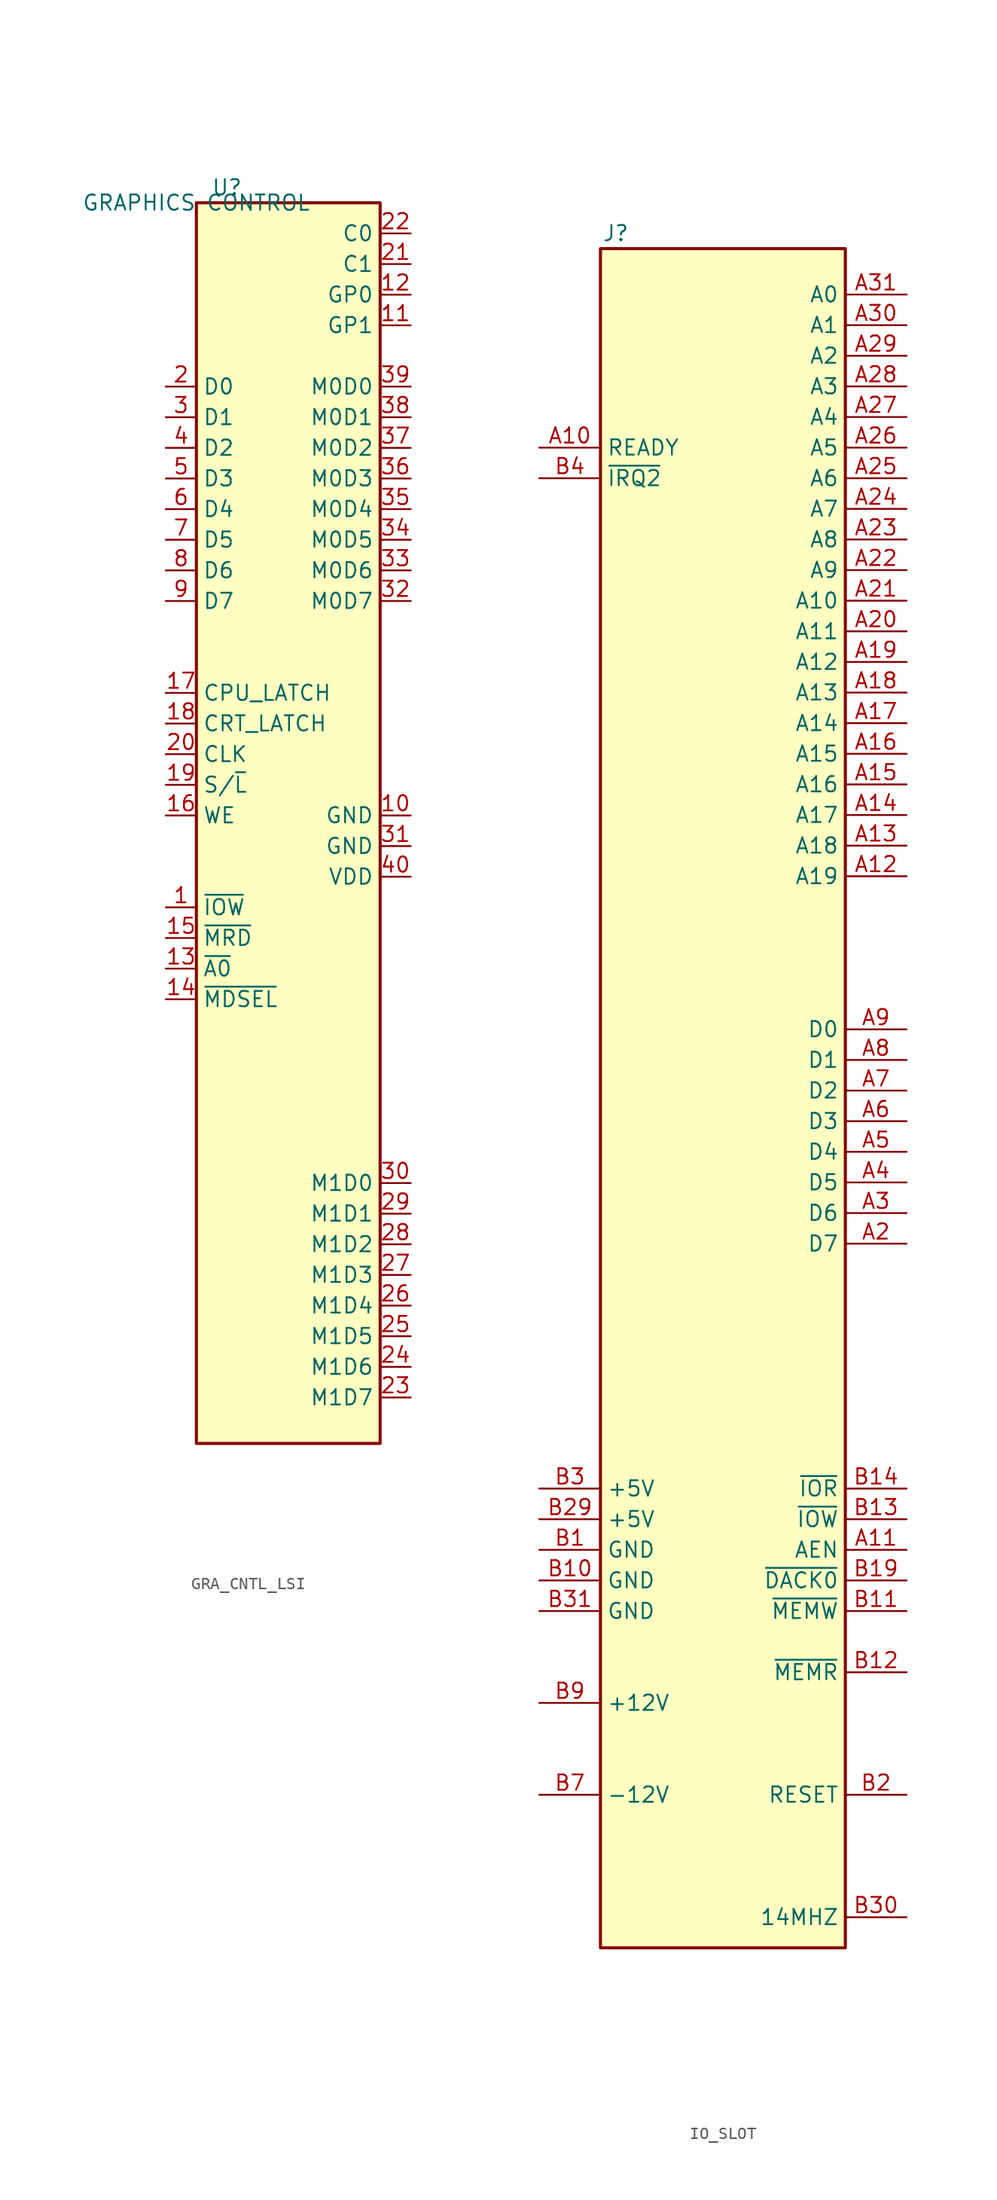
<source format=kicad_sym>
(kicad_symbol_lib
  (version 20220914)
  (generator kicad_symbol_editor)
  (symbol "GRA_CNTL_LSI"
    (property "Reference" "U"
      (at 2.54 1.27 0)
      (effects (font (size 1.27 1.27))))
    (property "Value" "GRAPHICS CONTROL"
      (at 0 0 0)
      (effects (font (size 1.27 1.27))))
    (symbol "GRA_CNTL_LSI_1_1"
      (rectangle (start 0 0) (end 15.24 -102.87) (stroke (width 0.254) (type default)) (fill (type background)))
      (pin input line (at -2.54 -58.42 0) (length 2.54) (name "~{IOW}" (effects (font (size 1.27 1.27)))) (number "1" (effects (font (size 1.27 1.27)))))
      (pin power_in line (at 17.78 -50.8 180) (length 2.54) (name "GND" (effects (font (size 1.27 1.27)))) (number "10" (effects (font (size 1.27 1.27)))))
      (pin output line (at 17.78 -10.16 180) (length 2.54) (name "GP1" (effects (font (size 1.27 1.27)))) (number "11" (effects (font (size 1.27 1.27)))))
      (pin output line (at 17.78 -7.62 180) (length 2.54) (name "GP0" (effects (font (size 1.27 1.27)))) (number "12" (effects (font (size 1.27 1.27)))))
      (pin input line (at -2.54 -63.5 0) (length 2.54) (name "~{A0}" (effects (font (size 1.27 1.27)))) (number "13" (effects (font (size 1.27 1.27)))))
      (pin input line (at -2.54 -66.04 0) (length 2.54) (name "~{MDSEL}" (effects (font (size 1.27 1.27)))) (number "14" (effects (font (size 1.27 1.27)))))
      (pin input line (at -2.54 -60.96 0) (length 2.54) (name "~{MRD}" (effects (font (size 1.27 1.27)))) (number "15" (effects (font (size 1.27 1.27)))))
      (pin input line (at -2.54 -50.8 0) (length 2.54) (name "WE" (effects (font (size 1.27 1.27)))) (number "16" (effects (font (size 1.27 1.27)))))
      (pin input line (at -2.54 -40.64 0) (length 2.54) (name "CPU_LATCH" (effects (font (size 1.27 1.27)))) (number "17" (effects (font (size 1.27 1.27)))))
      (pin input line (at -2.54 -43.18 0) (length 2.54) (name "CRT_LATCH" (effects (font (size 1.27 1.27)))) (number "18" (effects (font (size 1.27 1.27)))))
      (pin input line (at -2.54 -48.26 0) (length 2.54) (name "S/~{L}" (effects (font (size 1.27 1.27)))) (number "19" (effects (font (size 1.27 1.27)))))
      (pin bidirectional line (at -2.54 -15.24 0) (length 2.54) (name "D0" (effects (font (size 1.27 1.27)))) (number "2" (effects (font (size 1.27 1.27)))))
      (pin input line (at -2.54 -45.72 0) (length 2.54) (name "CLK" (effects (font (size 1.27 1.27)))) (number "20" (effects (font (size 1.27 1.27)))))
      (pin output line (at 17.78 -5.08 180) (length 2.54) (name "C1" (effects (font (size 1.27 1.27)))) (number "21" (effects (font (size 1.27 1.27)))))
      (pin output line (at 17.78 -2.54 180) (length 2.54) (name "C0" (effects (font (size 1.27 1.27)))) (number "22" (effects (font (size 1.27 1.27)))))
      (pin output line (at 17.78 -99.06 180) (length 2.54) (name "M1D7" (effects (font (size 1.27 1.27)))) (number "23" (effects (font (size 1.27 1.27)))))
      (pin output line (at 17.78 -96.52 180) (length 2.54) (name "M1D6" (effects (font (size 1.27 1.27)))) (number "24" (effects (font (size 1.27 1.27)))))
      (pin output line (at 17.78 -93.98 180) (length 2.54) (name "M1D5" (effects (font (size 1.27 1.27)))) (number "25" (effects (font (size 1.27 1.27)))))
      (pin output line (at 17.78 -91.44 180) (length 2.54) (name "M1D4" (effects (font (size 1.27 1.27)))) (number "26" (effects (font (size 1.27 1.27)))))
      (pin output line (at 17.78 -88.9 180) (length 2.54) (name "M1D3" (effects (font (size 1.27 1.27)))) (number "27" (effects (font (size 1.27 1.27)))))
      (pin output line (at 17.78 -86.36 180) (length 2.54) (name "M1D2" (effects (font (size 1.27 1.27)))) (number "28" (effects (font (size 1.27 1.27)))))
      (pin output line (at 17.78 -83.82 180) (length 2.54) (name "M1D1" (effects (font (size 1.27 1.27)))) (number "29" (effects (font (size 1.27 1.27)))))
      (pin bidirectional line (at -2.54 -17.78 0) (length 2.54) (name "D1" (effects (font (size 1.27 1.27)))) (number "3" (effects (font (size 1.27 1.27)))))
      (pin output line (at 17.78 -81.28 180) (length 2.54) (name "M1D0" (effects (font (size 1.27 1.27)))) (number "30" (effects (font (size 1.27 1.27)))))
      (pin power_in line (at 17.78 -53.34 180) (length 2.54) (name "GND" (effects (font (size 1.27 1.27)))) (number "31" (effects (font (size 1.27 1.27)))))
      (pin bidirectional line (at 17.78 -33.02 180) (length 2.54) (name "M0D7" (effects (font (size 1.27 1.27)))) (number "32" (effects (font (size 1.27 1.27)))))
      (pin bidirectional line (at 17.78 -30.48 180) (length 2.54) (name "M0D6" (effects (font (size 1.27 1.27)))) (number "33" (effects (font (size 1.27 1.27)))))
      (pin bidirectional line (at 17.78 -27.94 180) (length 2.54) (name "M0D5" (effects (font (size 1.27 1.27)))) (number "34" (effects (font (size 1.27 1.27)))))
      (pin bidirectional line (at 17.78 -25.4 180) (length 2.54) (name "M0D4" (effects (font (size 1.27 1.27)))) (number "35" (effects (font (size 1.27 1.27)))))
      (pin bidirectional line (at 17.78 -22.86 180) (length 2.54) (name "M0D3" (effects (font (size 1.27 1.27)))) (number "36" (effects (font (size 1.27 1.27)))))
      (pin bidirectional line (at 17.78 -20.32 180) (length 2.54) (name "M0D2" (effects (font (size 1.27 1.27)))) (number "37" (effects (font (size 1.27 1.27)))))
      (pin bidirectional line (at 17.78 -17.78 180) (length 2.54) (name "M0D1" (effects (font (size 1.27 1.27)))) (number "38" (effects (font (size 1.27 1.27)))))
      (pin bidirectional line (at 17.78 -15.24 180) (length 2.54) (name "M0D0" (effects (font (size 1.27 1.27)))) (number "39" (effects (font (size 1.27 1.27)))))
      (pin bidirectional line (at -2.54 -20.32 0) (length 2.54) (name "D2" (effects (font (size 1.27 1.27)))) (number "4" (effects (font (size 1.27 1.27)))))
      (pin power_in line (at 17.78 -55.88 180) (length 2.54) (name "VDD" (effects (font (size 1.27 1.27)))) (number "40" (effects (font (size 1.27 1.27)))))
      (pin bidirectional line (at -2.54 -22.86 0) (length 2.54) (name "D3" (effects (font (size 1.27 1.27)))) (number "5" (effects (font (size 1.27 1.27)))))
      (pin bidirectional line (at -2.54 -25.4 0) (length 2.54) (name "D4" (effects (font (size 1.27 1.27)))) (number "6" (effects (font (size 1.27 1.27)))))
      (pin bidirectional line (at -2.54 -27.94 0) (length 2.54) (name "D5" (effects (font (size 1.27 1.27)))) (number "7" (effects (font (size 1.27 1.27)))))
      (pin bidirectional line (at -2.54 -30.48 0) (length 2.54) (name "D6" (effects (font (size 1.27 1.27)))) (number "8" (effects (font (size 1.27 1.27)))))
      (pin bidirectional line (at -2.54 -33.02 0) (length 2.54) (name "D7" (effects (font (size 1.27 1.27)))) (number "9" (effects (font (size 1.27 1.27)))))))
  (symbol "IO_SLOT"
    (property "Reference" "J"
      (at 1.27 1.27 0)
      (effects (font (size 1.27 1.27))))
    (property "Value" ""
      (at 10.16 0 0)
      (effects (font (size 1.27 1.27))))
    (symbol "IO_SLOT_1_1"
      (rectangle (start 0 0) (end 20.32 -140.97) (stroke (width 0.254) (type default)) (fill (type background)))
      (pin passive line (at -5.08 -16.51 0) (length 5.08) (name "READY" (effects (font (size 1.27 1.27)))) (number "A10" (effects (font (size 1.27 1.27)))))
      (pin output line (at 25.4 -107.95 180) (length 5.08) (name "AEN" (effects (font (size 1.27 1.27)))) (number "A11" (effects (font (size 1.27 1.27)))))
      (pin input line (at 25.4 -52.07 180) (length 5.08) (name "A19" (effects (font (size 1.27 1.27)))) (number "A12" (effects (font (size 1.27 1.27)))))
      (pin input line (at 25.4 -49.53 180) (length 5.08) (name "A18" (effects (font (size 1.27 1.27)))) (number "A13" (effects (font (size 1.27 1.27)))))
      (pin input line (at 25.4 -46.99 180) (length 5.08) (name "A17" (effects (font (size 1.27 1.27)))) (number "A14" (effects (font (size 1.27 1.27)))))
      (pin input line (at 25.4 -44.45 180) (length 5.08) (name "A16" (effects (font (size 1.27 1.27)))) (number "A15" (effects (font (size 1.27 1.27)))))
      (pin input line (at 25.4 -41.91 180) (length 5.08) (name "A15" (effects (font (size 1.27 1.27)))) (number "A16" (effects (font (size 1.27 1.27)))))
      (pin input line (at 25.4 -39.37 180) (length 5.08) (name "A14" (effects (font (size 1.27 1.27)))) (number "A17" (effects (font (size 1.27 1.27)))))
      (pin input line (at 25.4 -36.83 180) (length 5.08) (name "A13" (effects (font (size 1.27 1.27)))) (number "A18" (effects (font (size 1.27 1.27)))))
      (pin input line (at 25.4 -34.29 180) (length 5.08) (name "A12" (effects (font (size 1.27 1.27)))) (number "A19" (effects (font (size 1.27 1.27)))))
      (pin bidirectional line (at 25.4 -82.55 180) (length 5.08) (name "D7" (effects (font (size 1.27 1.27)))) (number "A2" (effects (font (size 1.27 1.27)))))
      (pin input line (at 25.4 -31.75 180) (length 5.08) (name "A11" (effects (font (size 1.27 1.27)))) (number "A20" (effects (font (size 1.27 1.27)))))
      (pin input line (at 25.4 -29.21 180) (length 5.08) (name "A10" (effects (font (size 1.27 1.27)))) (number "A21" (effects (font (size 1.27 1.27)))))
      (pin input line (at 25.4 -26.67 180) (length 5.08) (name "A9" (effects (font (size 1.27 1.27)))) (number "A22" (effects (font (size 1.27 1.27)))))
      (pin input line (at 25.4 -24.13 180) (length 5.08) (name "A8" (effects (font (size 1.27 1.27)))) (number "A23" (effects (font (size 1.27 1.27)))))
      (pin input line (at 25.4 -21.59 180) (length 5.08) (name "A7" (effects (font (size 1.27 1.27)))) (number "A24" (effects (font (size 1.27 1.27)))))
      (pin input line (at 25.4 -19.05 180) (length 5.08) (name "A6" (effects (font (size 1.27 1.27)))) (number "A25" (effects (font (size 1.27 1.27)))))
      (pin input line (at 25.4 -16.51 180) (length 5.08) (name "A5" (effects (font (size 1.27 1.27)))) (number "A26" (effects (font (size 1.27 1.27)))))
      (pin input line (at 25.4 -13.97 180) (length 5.08) (name "A4" (effects (font (size 1.27 1.27)))) (number "A27" (effects (font (size 1.27 1.27)))))
      (pin input line (at 25.4 -11.43 180) (length 5.08) (name "A3" (effects (font (size 1.27 1.27)))) (number "A28" (effects (font (size 1.27 1.27)))))
      (pin input line (at 25.4 -8.89 180) (length 5.08) (name "A2" (effects (font (size 1.27 1.27)))) (number "A29" (effects (font (size 1.27 1.27)))))
      (pin bidirectional line (at 25.4 -80.01 180) (length 5.08) (name "D6" (effects (font (size 1.27 1.27)))) (number "A3" (effects (font (size 1.27 1.27)))))
      (pin input line (at 25.4 -6.35 180) (length 5.08) (name "A1" (effects (font (size 1.27 1.27)))) (number "A30" (effects (font (size 1.27 1.27)))))
      (pin input line (at 25.4 -3.81 180) (length 5.08) (name "A0" (effects (font (size 1.27 1.27)))) (number "A31" (effects (font (size 1.27 1.27)))))
      (pin bidirectional line (at 25.4 -77.47 180) (length 5.08) (name "D5" (effects (font (size 1.27 1.27)))) (number "A4" (effects (font (size 1.27 1.27)))))
      (pin bidirectional line (at 25.4 -74.93 180) (length 5.08) (name "D4" (effects (font (size 1.27 1.27)))) (number "A5" (effects (font (size 1.27 1.27)))))
      (pin bidirectional line (at 25.4 -72.39 180) (length 5.08) (name "D3" (effects (font (size 1.27 1.27)))) (number "A6" (effects (font (size 1.27 1.27)))))
      (pin bidirectional line (at 25.4 -69.85 180) (length 5.08) (name "D2" (effects (font (size 1.27 1.27)))) (number "A7" (effects (font (size 1.27 1.27)))))
      (pin bidirectional line (at 25.4 -67.31 180) (length 5.08) (name "D1" (effects (font (size 1.27 1.27)))) (number "A8" (effects (font (size 1.27 1.27)))))
      (pin bidirectional line (at 25.4 -64.77 180) (length 5.08) (name "D0" (effects (font (size 1.27 1.27)))) (number "A9" (effects (font (size 1.27 1.27)))))
      (pin power_out line (at -5.08 -107.95 0) (length 5.08) (name "GND" (effects (font (size 1.27 1.27)))) (number "B1" (effects (font (size 1.27 1.27)))))
      (pin power_out line (at -5.08 -110.49 0) (length 5.08) (name "GND" (effects (font (size 1.27 1.27)))) (number "B10" (effects (font (size 1.27 1.27)))))
      (pin output line (at 25.4 -113.03 180) (length 5.08) (name "~{MEMW}" (effects (font (size 1.27 1.27)))) (number "B11" (effects (font (size 1.27 1.27)))))
      (pin output line (at 25.4 -118.11 180) (length 5.08) (name "~{MEMR}" (effects (font (size 1.27 1.27)))) (number "B12" (effects (font (size 1.27 1.27)))))
      (pin output line (at 25.4 -105.41 180) (length 5.08) (name "~{IOW}" (effects (font (size 1.27 1.27)))) (number "B13" (effects (font (size 1.27 1.27)))))
      (pin output line (at 25.4 -102.87 180) (length 5.08) (name "~{IOR}" (effects (font (size 1.27 1.27)))) (number "B14" (effects (font (size 1.27 1.27)))))
      (pin output line (at 25.4 -110.49 180) (length 5.08) (name "~{DACK0}" (effects (font (size 1.27 1.27)))) (number "B19" (effects (font (size 1.27 1.27)))))
      (pin output line (at 25.4 -128.27 180) (length 5.08) (name "RESET" (effects (font (size 1.27 1.27)))) (number "B2" (effects (font (size 1.27 1.27)))))
      (pin power_out line (at -5.08 -105.41 0) (length 5.08) (name "+5V" (effects (font (size 1.27 1.27)))) (number "B29" (effects (font (size 1.27 1.27)))))
      (pin power_out line (at -5.08 -102.87 0) (length 5.08) (name "+5V" (effects (font (size 1.27 1.27)))) (number "B3" (effects (font (size 1.27 1.27)))))
      (pin output line (at 25.4 -138.43 180) (length 5.08) (name "14MHZ" (effects (font (size 1.27 1.27)))) (number "B30" (effects (font (size 1.27 1.27)))))
      (pin power_out line (at -5.08 -113.03 0) (length 5.08) (name "GND" (effects (font (size 1.27 1.27)))) (number "B31" (effects (font (size 1.27 1.27)))))
      (pin passive line (at -5.08 -19.05 0) (length 5.08) (name "~{IRQ2}" (effects (font (size 1.27 1.27)))) (number "B4" (effects (font (size 1.27 1.27)))))
      (pin power_out line (at -5.08 -128.27 0) (length 5.08) (name "-12V" (effects (font (size 1.27 1.27)))) (number "B7" (effects (font (size 1.27 1.27)))))
      (pin power_out line (at -5.08 -120.65 0) (length 5.08) (name "+12V" (effects (font (size 1.27 1.27)))) (number "B9" (effects (font (size 1.27 1.27))))))))
</source>
